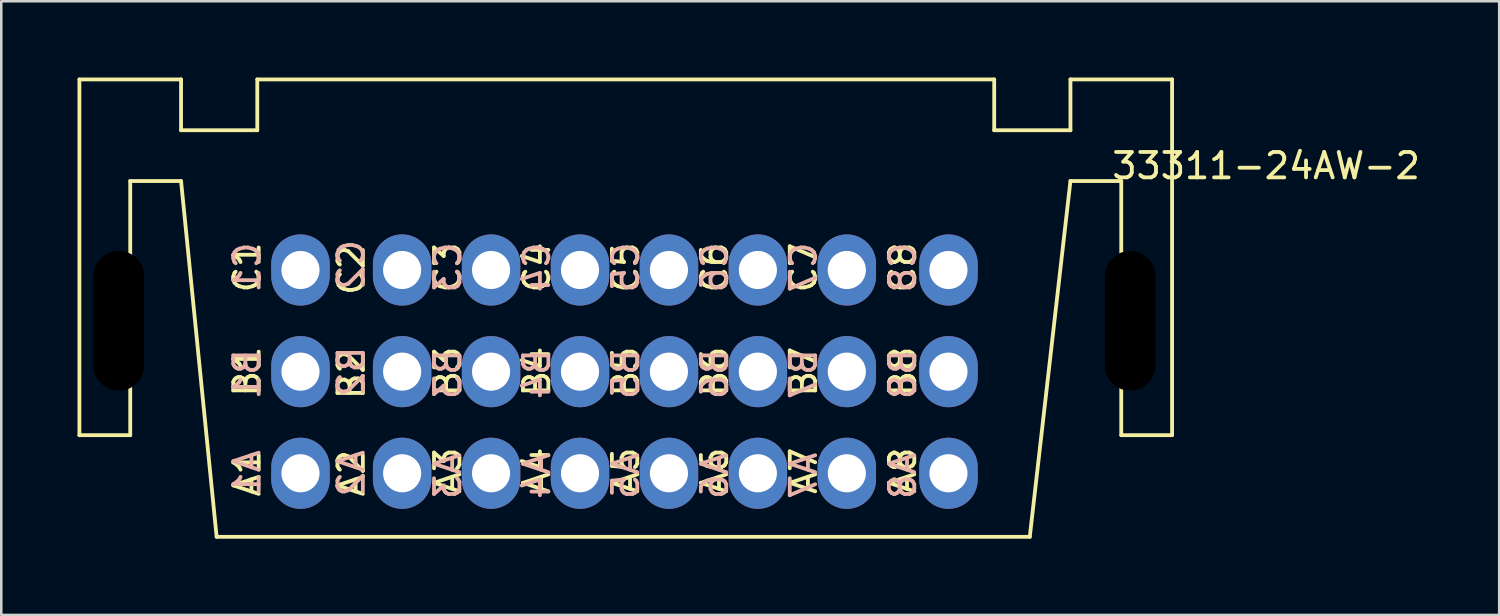
<source format=kicad_pcb>
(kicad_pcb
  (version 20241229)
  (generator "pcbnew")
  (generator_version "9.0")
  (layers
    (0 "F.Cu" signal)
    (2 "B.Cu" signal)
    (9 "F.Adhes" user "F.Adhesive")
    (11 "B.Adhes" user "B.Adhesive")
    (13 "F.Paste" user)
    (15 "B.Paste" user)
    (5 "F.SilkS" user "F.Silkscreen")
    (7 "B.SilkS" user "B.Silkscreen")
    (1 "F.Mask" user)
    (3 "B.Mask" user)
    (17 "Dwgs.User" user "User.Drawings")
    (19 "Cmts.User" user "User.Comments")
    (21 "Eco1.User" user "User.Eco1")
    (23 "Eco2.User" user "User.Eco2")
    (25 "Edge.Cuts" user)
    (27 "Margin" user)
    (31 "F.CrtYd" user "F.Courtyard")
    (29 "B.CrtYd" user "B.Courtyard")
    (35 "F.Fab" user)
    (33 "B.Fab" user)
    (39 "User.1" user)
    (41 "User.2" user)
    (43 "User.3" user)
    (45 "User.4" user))
  (footprint "33311-24AW-2"
    (layer "F.Cu")
    (at 8.775 15.575)
    (property "Reference" "33311-24AW-2" (at 38 -12.1 0) (unlocked yes) (layer "F.SilkS") (effects (font (size 1 1) (thickness 0.15))))
    (attr through_hole)
    (fp_line (start -8.7 -15.499) (end -8.7 -1.5) (stroke (width 0.15) (type solid)) (layer "F.SilkS"))
    (fp_line (start -6.7 -11.5) (end -6.7 -1.5) (stroke (width 0.15) (type solid)) (layer "F.SilkS"))
    (fp_line (start -6.7 -11.5) (end -4.7 -11.5) (stroke (width 0.15) (type solid)) (layer "F.SilkS"))
    (fp_line (start -6.7 -1.5) (end -8.7 -1.5) (stroke (width 0.15) (type solid)) (layer "F.SilkS"))
    (fp_line (start -4.7 -15.5) (end -8.7 -15.499) (stroke (width 0.15) (type solid)) (layer "F.SilkS"))
    (fp_line (start -4.7 -15.5) (end -4.7 -13.5) (stroke (width 0.15) (type solid)) (layer "F.SilkS"))
    (fp_line (start -4.7 -13.5) (end -1.7 -13.5) (stroke (width 0.15) (type solid)) (layer "F.SilkS"))
    (fp_line (start -3.3 2.5) (end -4.7 -11.5) (stroke (width 0.15) (type solid)) (layer "F.SilkS"))
    (fp_line (start -1.7 -15.5) (end 27.3 -15.5) (stroke (width 0.15) (type solid)) (layer "F.SilkS"))
    (fp_line (start -1.7 -13.5) (end -1.7 -15.5) (stroke (width 0.15) (type solid)) (layer "F.SilkS"))
    (fp_line (start 27.3 -13.5) (end 27.3 -15.5) (stroke (width 0.15) (type solid)) (layer "F.SilkS"))
    (fp_line (start 28.7 2.5) (end -3.3 2.5) (stroke (width 0.15) (type solid)) (layer "F.SilkS"))
    (fp_line (start 28.7 2.5) (end 30.3 -11.5) (stroke (width 0.15) (type solid)) (layer "F.SilkS"))
    (fp_line (start 30.3 -15.5) (end 30.3 -13.5) (stroke (width 0.15) (type solid)) (layer "F.SilkS"))
    (fp_line (start 30.3 -13.5) (end 27.3 -13.5) (stroke (width 0.15) (type solid)) (layer "F.SilkS"))
    (fp_line (start 32.3 -11.5) (end 30.3 -11.5) (stroke (width 0.15) (type solid)) (layer "F.SilkS"))
    (fp_line (start 32.3 -11.5) (end 32.3 -1.5) (stroke (width 0.15) (type solid)) (layer "F.SilkS"))
    (fp_line (start 32.3 -1.5) (end 34.3 -1.5) (stroke (width 0.15) (type solid)) (layer "F.SilkS"))
    (fp_line (start 34.3 -15.5) (end 30.3 -15.5) (stroke (width 0.15) (type solid)) (layer "F.SilkS"))
    (fp_line (start 34.3 -15.5) (end 34.3 -1.5) (stroke (width 0.15) (type solid)) (layer "F.SilkS"))
    (fp_text user "A8" (at 23.7 -0.1 90) (unlocked yes) (layer "F.SilkS") (effects (font (size 1 1) (thickness 0.15))))
    (fp_text user "C1" (at -2.1 -8.1 90) (unlocked yes) (layer "F.SilkS") (effects (font (size 1 1) (thickness 0.15))))
    (fp_text user "A6" (at 16.3 -0.1 90) (unlocked yes) (layer "F.SilkS") (effects (font (size 1 1) (thickness 0.15))))
    (fp_text user "A1" (at -2.1 0 90) (unlocked yes) (layer "F.SilkS") (effects (font (size 1 1) (thickness 0.15))))
    (fp_text user "C2" (at 2 -8 90) (unlocked yes) (layer "F.SilkS") (effects (font (size 1 1) (thickness 0.15))))
    (fp_text user "B4" (at 9.3 -4 90) (unlocked yes) (layer "F.SilkS") (effects (font (size 1 1) (thickness 0.15))))
    (fp_text user "B8" (at 23.7 -4 90) (unlocked yes) (layer "F.SilkS") (effects (font (size 1 1) (thickness 0.15))))
    (fp_text user "B5" (at 12.8 -4 90) (unlocked yes) (layer "F.SilkS") (effects (font (size 1 1) (thickness 0.15))))
    (fp_text user "C4" (at 9.3 -8.1 90) (unlocked yes) (layer "F.SilkS") (effects (font (size 1 1) (thickness 0.15))))
    (fp_text user "B7" (at 19.8 -4 90) (unlocked yes) (layer "F.SilkS") (effects (font (size 1 1) (thickness 0.15))))
    (fp_text user "A4" (at 9.3 -0.1 90) (unlocked yes) (layer "F.SilkS") (effects (font (size 1 1) (thickness 0.15))))
    (fp_text user "C3" (at 5.8 -8.1 90) (unlocked yes) (layer "F.SilkS") (effects (font (size 1 1) (thickness 0.15))))
    (fp_text user "A5" (at 12.8 -0.1 90) (unlocked yes) (layer "F.SilkS") (effects (font (size 1 1) (thickness 0.15))))
    (fp_text user "B1" (at -2.1 -4 90) (unlocked yes) (layer "F.SilkS") (effects (font (size 1 1) (thickness 0.15))))
    (fp_text user "B6" (at 16.3 -4 90) (unlocked yes) (layer "F.SilkS") (effects (font (size 1 1) (thickness 0.15))))
    (fp_text user "C8" (at 23.7 -8.1 90) (unlocked yes) (layer "F.SilkS") (effects (font (size 1 1) (thickness 0.15))))
    (fp_text user "C5" (at 12.8 -8.1 90) (unlocked yes) (layer "F.SilkS") (effects (font (size 1 1) (thickness 0.15))))
    (fp_text user "C6" (at 16.3 -8.1 90) (unlocked yes) (layer "F.SilkS") (effects (font (size 1 1) (thickness 0.15))))
    (fp_text user "A2" (at 2 0 90) (unlocked yes) (layer "F.SilkS") (effects (font (size 1 1) (thickness 0.15))))
    (fp_text user "B3" (at 5.8 -4 90) (unlocked yes) (layer "F.SilkS") (effects (font (size 1 1) (thickness 0.15))))
    (fp_text user "A7" (at 19.8 -0.1 90) (unlocked yes) (layer "F.SilkS") (effects (font (size 1 1) (thickness 0.15))))
    (fp_text user "A3" (at 5.8 -0.1 90) (unlocked yes) (layer "F.SilkS") (effects (font (size 1 1) (thickness 0.15))))
    (fp_text user "C7" (at 19.8 -8.1 90) (unlocked yes) (layer "F.SilkS") (effects (font (size 1 1) (thickness 0.15))))
    (fp_text user "B2" (at 2 -3.9 90) (unlocked yes) (layer "F.SilkS") (effects (font (size 1 1) (thickness 0.15))))
    (fp_text user "B5" (at 12.8 -3.9 90) (unlocked yes) (layer "B.SilkS") (effects (font (size 1 1) (thickness 0.15)) (justify mirror)))
    (fp_text user "A1" (at -2.1 0 90) (unlocked yes) (layer "B.SilkS") (effects (font (size 1 1) (thickness 0.15)) (justify mirror)))
    (fp_text user "B8" (at 23.7 -3.9 90) (unlocked yes) (layer "B.SilkS") (effects (font (size 1 1) (thickness 0.15)) (justify mirror)))
    (fp_text user "B3" (at 5.8 -3.9 90) (unlocked yes) (layer "B.SilkS") (effects (font (size 1 1) (thickness 0.15)) (justify mirror)))
    (fp_text user "B1" (at -2.1 -3.9 90) (unlocked yes) (layer "B.SilkS") (effects (font (size 1 1) (thickness 0.15)) (justify mirror)))
    (fp_text user "C3" (at 5.8 -8.1 90) (unlocked yes) (layer "B.SilkS") (effects (font (size 1 1) (thickness 0.15)) (justify mirror)))
    (fp_text user "A8" (at 23.7 0.1 90) (unlocked yes) (layer "B.SilkS") (effects (font (size 1 1) (thickness 0.15)) (justify mirror)))
    (fp_text user "C4" (at 9.3 -8.1 90) (unlocked yes) (layer "B.SilkS") (effects (font (size 1 1) (thickness 0.15)) (justify mirror)))
    (fp_text user "C8" (at 23.7 -8.1 90) (unlocked yes) (layer "B.SilkS") (effects (font (size 1 1) (thickness 0.15)) (justify mirror)))
    (fp_text user "A3" (at 5.8 0.1 90) (unlocked yes) (layer "B.SilkS") (effects (font (size 1 1) (thickness 0.15)) (justify mirror)))
    (fp_text user "C2" (at 2 -8.2 90) (unlocked yes) (layer "B.SilkS") (effects (font (size 1 1) (thickness 0.15)) (justify mirror)))
    (fp_text user "A4" (at 9.3 0.1 90) (unlocked yes) (layer "B.SilkS") (effects (font (size 1 1) (thickness 0.15)) (justify mirror)))
    (fp_text user "A6" (at 16.3 0.1 90) (unlocked yes) (layer "B.SilkS") (effects (font (size 1 1) (thickness 0.15)) (justify mirror)))
    (fp_text user "B7" (at 19.8 -3.9 90) (unlocked yes) (layer "B.SilkS") (effects (font (size 1 1) (thickness 0.15)) (justify mirror)))
    (fp_text user "A2" (at 2 0 90) (unlocked yes) (layer "B.SilkS") (effects (font (size 1 1) (thickness 0.15)) (justify mirror)))
    (fp_text user "B2" (at 2 -4 90) (unlocked yes) (layer "B.SilkS") (effects (font (size 1 1) (thickness 0.15)) (justify mirror)))
    (fp_text user "C7" (at 19.8 -8.1 90) (unlocked yes) (layer "B.SilkS") (effects (font (size 1 1) (thickness 0.15)) (justify mirror)))
    (fp_text user "C6" (at 16.3 -8.1 90) (unlocked yes) (layer "B.SilkS") (effects (font (size 1 1) (thickness 0.15)) (justify mirror)))
    (fp_text user "C5" (at 12.8 -8.1 90) (unlocked yes) (layer "B.SilkS") (effects (font (size 1 1) (thickness 0.15)) (justify mirror)))
    (fp_text user "B4" (at 9.3 -3.9 90) (unlocked yes) (layer "B.SilkS") (effects (font (size 1 1) (thickness 0.15)) (justify mirror)))
    (fp_text user "B6" (at 16.3 -3.9 90) (unlocked yes) (layer "B.SilkS") (effects (font (size 1 1) (thickness 0.15)) (justify mirror)))
    (fp_text user "A7" (at 19.8 0.1 90) (unlocked yes) (layer "B.SilkS") (effects (font (size 1 1) (thickness 0.15)) (justify mirror)))
    (fp_text user "A5" (at 12.8 0.1 90) (unlocked yes) (layer "B.SilkS") (effects (font (size 1 1) (thickness 0.15)) (justify mirror)))
    (fp_text user "C1" (at -2.1 -8.1 90) (unlocked yes) (layer "B.SilkS") (effects (font (size 1 1) (thickness 0.15)) (justify mirror)))
    (pad "" np_thru_hole oval (at -7.15 -6 270) (size 5.8 2.3) (drill oval 5.5 2) (layers "*.Mask"))
    (pad "" np_thru_hole oval (at 32.65 -6 270) (size 5.8 2.3) (drill oval 5.5 2) (layers "*.Mask"))
    (pad "1" thru_hole oval (at 0 0 270) (size 2.8 2.3) (drill 1.5) (layers "*.Cu" "*.Mask"))
    (pad "2" thru_hole oval (at 4 0 270) (size 2.8 2.3) (drill 1.5) (layers "*.Cu" "*.Mask"))
    (pad "3" thru_hole oval (at 7.5 0 270) (size 2.8 2.3) (drill 1.5) (layers "*.Cu" "*.Mask"))
    (pad "4" thru_hole oval (at 11 0 270) (size 2.8 2.3) (drill 1.5) (layers "*.Cu" "*.Mask"))
    (pad "5" thru_hole oval (at 14.5 0 270) (size 2.8 2.3) (drill 1.5) (layers "*.Cu" "*.Mask"))
    (pad "6" thru_hole oval (at 18 0 270) (size 2.8 2.3) (drill 1.5) (layers "*.Cu" "*.Mask"))
    (pad "7" thru_hole oval (at 21.5 0 270) (size 2.8 2.3) (drill 1.5) (layers "*.Cu" "*.Mask"))
    (pad "8" thru_hole oval (at 25.5 0 270) (size 2.8 2.3) (drill 1.5) (layers "*.Cu" "*.Mask"))
    (pad "9" thru_hole oval (at 0 -4 270) (size 2.8 2.3) (drill 1.5) (layers "*.Cu" "*.Mask"))
    (pad "10" thru_hole oval (at 4 -4 270) (size 2.8 2.3) (drill 1.5) (layers "*.Cu" "*.Mask"))
    (pad "11" thru_hole oval (at 7.5 -4 270) (size 2.8 2.3) (drill 1.5) (layers "*.Cu" "*.Mask"))
    (pad "12" thru_hole oval (at 11 -4 270) (size 2.8 2.3) (drill 1.5) (layers "*.Cu" "*.Mask"))
    (pad "13" thru_hole oval (at 14.5 -4 270) (size 2.8 2.3) (drill 1.5) (layers "*.Cu" "*.Mask"))
    (pad "14" thru_hole oval (at 18 -4 270) (size 2.8 2.3) (drill 1.5) (layers "*.Cu" "*.Mask"))
    (pad "15" thru_hole oval (at 21.5 -4 270) (size 2.8 2.3) (drill 1.5) (layers "*.Cu" "*.Mask"))
    (pad "16" thru_hole oval (at 25.5 -4 270) (size 2.8 2.3) (drill 1.5) (layers "*.Cu" "*.Mask"))
    (pad "17" thru_hole oval (at 0 -8 270) (size 2.8 2.3) (drill 1.5) (layers "*.Cu" "*.Mask"))
    (pad "18" thru_hole oval (at 4 -8 270) (size 2.8 2.3) (drill 1.5) (layers "*.Cu" "*.Mask"))
    (pad "19" thru_hole oval (at 7.5 -8 270) (size 2.8 2.3) (drill 1.5) (layers "*.Cu" "*.Mask"))
    (pad "20" thru_hole oval (at 11 -8 270) (size 2.8 2.3) (drill 1.5) (layers "*.Cu" "*.Mask"))
    (pad "21" thru_hole oval (at 14.5 -8 270) (size 2.8 2.3) (drill 1.5) (layers "*.Cu" "*.Mask"))
    (pad "22" thru_hole oval (at 18 -8 270) (size 2.8 2.3) (drill 1.5) (layers "*.Cu" "*.Mask"))
    (pad "23" thru_hole oval (at 21.5 -8 270) (size 2.8 2.3) (drill 1.5) (layers "*.Cu" "*.Mask"))
    (pad "24" thru_hole oval (at 25.5 -8 270) (size 2.8 2.3) (drill 1.5) (layers "*.Cu" "*.Mask")))
  (gr_rect
    (start -3 -3)
    (end 55.948 21.15)
    (stroke (width 0.1) (type default))
    (fill no)
    (layer "Edge.Cuts")))
</source>
